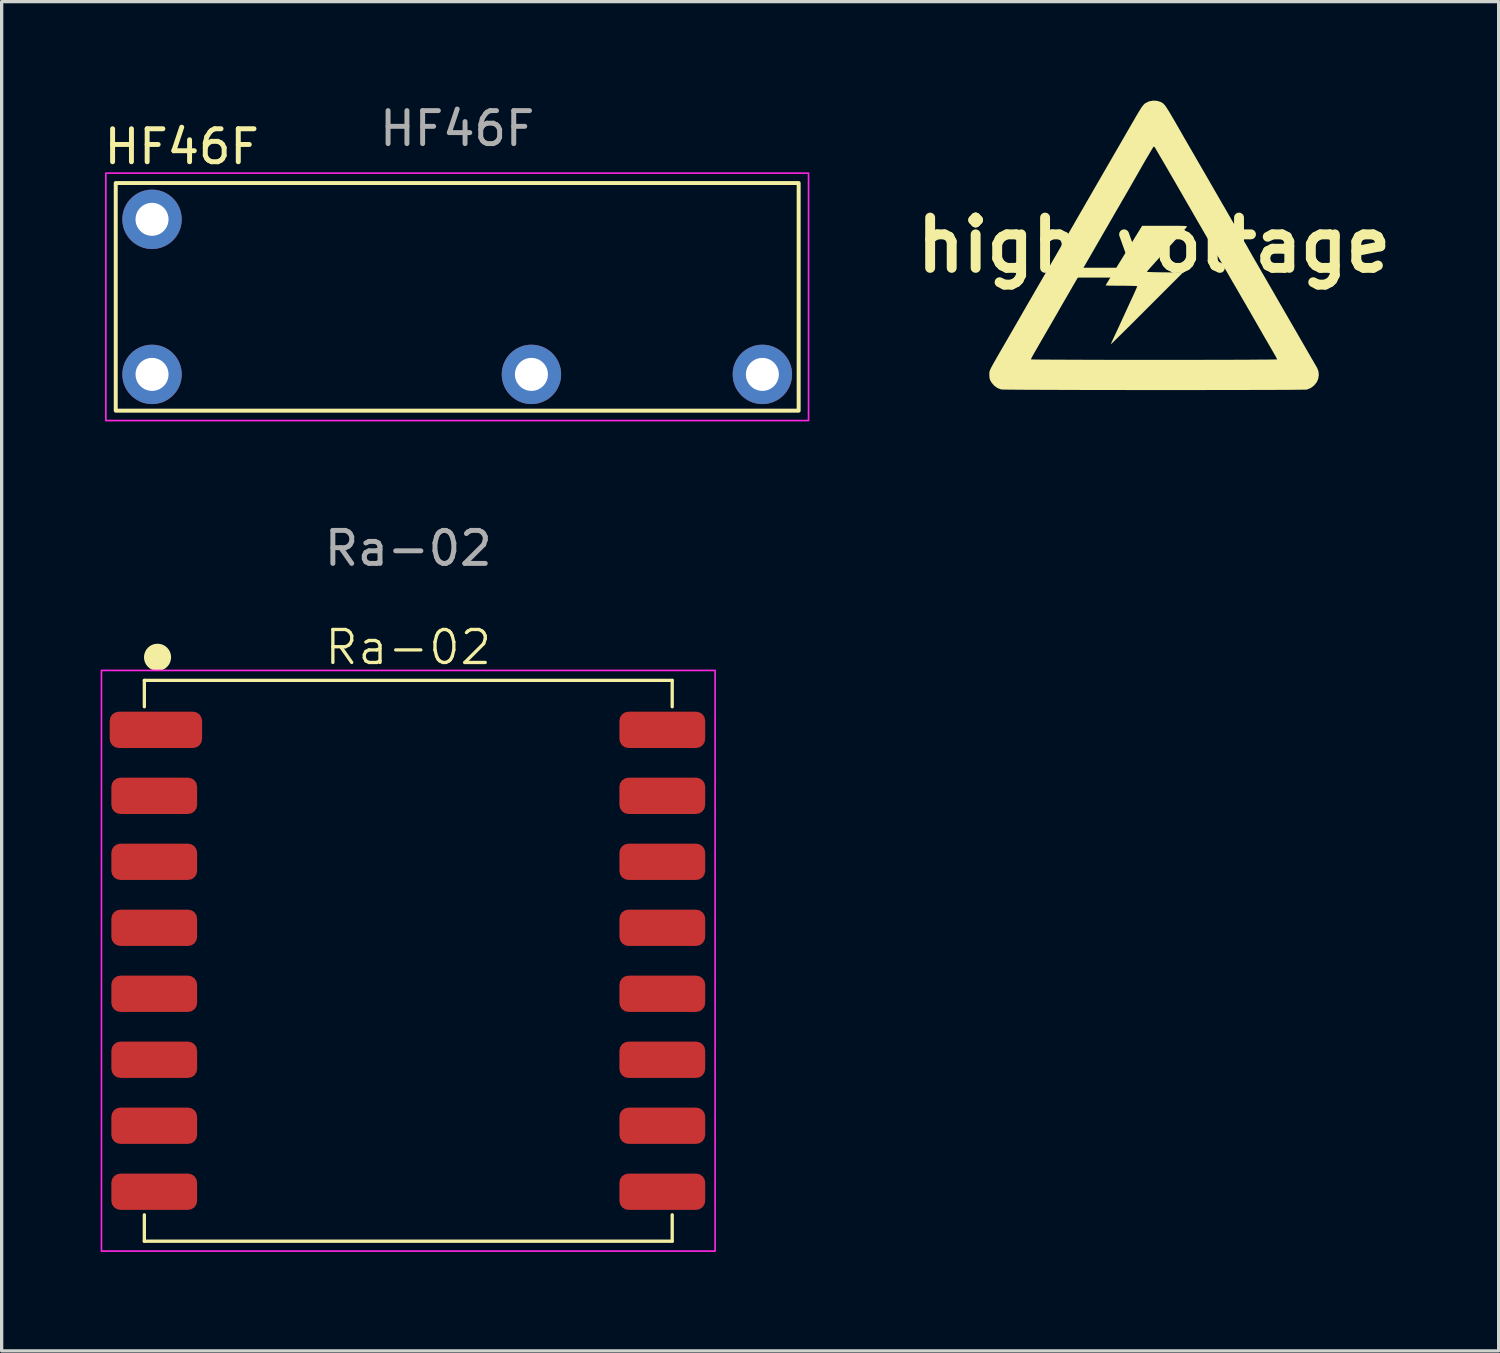
<source format=kicad_pcb>
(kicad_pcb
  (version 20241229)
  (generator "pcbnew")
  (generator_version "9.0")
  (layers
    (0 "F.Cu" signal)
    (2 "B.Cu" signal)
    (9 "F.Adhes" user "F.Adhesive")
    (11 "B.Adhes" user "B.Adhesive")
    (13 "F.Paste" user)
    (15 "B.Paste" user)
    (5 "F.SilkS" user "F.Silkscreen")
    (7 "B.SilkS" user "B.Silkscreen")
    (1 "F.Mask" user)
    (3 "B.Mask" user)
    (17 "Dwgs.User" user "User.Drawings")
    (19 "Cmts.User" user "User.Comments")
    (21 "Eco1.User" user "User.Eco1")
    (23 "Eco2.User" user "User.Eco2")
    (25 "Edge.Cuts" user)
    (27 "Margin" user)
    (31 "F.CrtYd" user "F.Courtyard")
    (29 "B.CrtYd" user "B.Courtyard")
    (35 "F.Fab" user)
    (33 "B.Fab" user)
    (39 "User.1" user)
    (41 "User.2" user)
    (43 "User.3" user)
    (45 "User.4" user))
  (footprint "Ra-02"
    (layer "F.Cu")
    (at 9.325 26.072)
    (property "Reference" "Ra-02" (at 0 -9.5 0) (unlocked yes) (layer "F.SilkS") (effects (font (size 1 1) (thickness 0.1))))
    (attr smd)
    (fp_line (start -8 -8.5) (end -8 -7.7) (stroke (width 0.1) (type default)) (layer "F.SilkS"))
    (fp_line (start -8 -8.5) (end 8 -8.5) (stroke (width 0.1) (type default)) (layer "F.SilkS"))
    (fp_line (start -8 8.5) (end -8 7.7) (stroke (width 0.1) (type default)) (layer "F.SilkS"))
    (fp_line (start -8 8.5) (end 8 8.5) (stroke (width 0.1) (type default)) (layer "F.SilkS"))
    (fp_line (start 8 -8.5) (end 8 -7.7) (stroke (width 0.1) (type default)) (layer "F.SilkS"))
    (fp_line (start 8 8.5) (end 8 7.7) (stroke (width 0.1) (type default)) (layer "F.SilkS"))
    (fp_circle (center -7.6 -9.2) (end -7.239 -9.2) (stroke (width 0.1) (type solid)) (fill yes) (layer "F.SilkS"))
    (fp_rect (start -9.3 -8.8) (end 9.3 8.8) (stroke (width 0.05) (type default)) (fill no) (layer "F.CrtYd"))
    (fp_text user "${REFERENCE}" (at 0 -12.5 0) (unlocked yes) (layer "F.Fab") (effects (font (size 1 1) (thickness 0.15))))
    (pad "1" smd roundrect (at -7.65 -7) (size 2.8 1.1) (layers "F.Cu" "F.Mask" "F.Paste") (roundrect_rratio 0.25))
    (pad "2" smd roundrect (at -7.7 -5) (size 2.6 1.1) (layers "F.Cu" "F.Mask" "F.Paste") (roundrect_rratio 0.25))
    (pad "3" smd roundrect (at -7.7 -3) (size 2.6 1.1) (layers "F.Cu" "F.Mask" "F.Paste") (roundrect_rratio 0.25))
    (pad "4" smd roundrect (at -7.7 -1) (size 2.6 1.1) (layers "F.Cu" "F.Mask" "F.Paste") (roundrect_rratio 0.25))
    (pad "5" smd roundrect (at -7.7 1) (size 2.6 1.1) (layers "F.Cu" "F.Mask" "F.Paste") (roundrect_rratio 0.25))
    (pad "6" smd roundrect (at -7.7 3) (size 2.6 1.1) (layers "F.Cu" "F.Mask" "F.Paste") (roundrect_rratio 0.25))
    (pad "7" smd roundrect (at -7.7 5) (size 2.6 1.1) (layers "F.Cu" "F.Mask" "F.Paste") (roundrect_rratio 0.25))
    (pad "8" smd roundrect (at -7.7 7) (size 2.6 1.1) (layers "F.Cu" "F.Mask" "F.Paste") (roundrect_rratio 0.25))
    (pad "9" smd roundrect (at 7.7 7) (size 2.6 1.1) (layers "F.Cu" "F.Mask" "F.Paste") (roundrect_rratio 0.25))
    (pad "10" smd roundrect (at 7.7 5) (size 2.6 1.1) (layers "F.Cu" "F.Mask" "F.Paste") (roundrect_rratio 0.25))
    (pad "11" smd roundrect (at 7.7 3) (size 2.6 1.1) (layers "F.Cu" "F.Mask" "F.Paste") (roundrect_rratio 0.25))
    (pad "12" smd roundrect (at 7.7 1) (size 2.6 1.1) (layers "F.Cu" "F.Mask" "F.Paste") (roundrect_rratio 0.25))
    (pad "13" smd roundrect (at 7.7 -1) (size 2.6 1.1) (layers "F.Cu" "F.Mask" "F.Paste") (roundrect_rratio 0.25))
    (pad "14" smd roundrect (at 7.7 -3) (size 2.6 1.1) (layers "F.Cu" "F.Mask" "F.Paste") (roundrect_rratio 0.25))
    (pad "15" smd roundrect (at 7.7 -5) (size 2.6 1.1) (layers "F.Cu" "F.Mask" "F.Paste") (roundrect_rratio 0.25))
    (pad "16" smd roundrect (at 7.7 -7) (size 2.6 1.1) (layers "F.Cu" "F.Mask" "F.Paste") (roundrect_rratio 0.25)))
  (footprint "HF46F"
    (layer "F.Cu")
    (at 1.558 8.298)
    (property "Reference" "HF46F" (at 0.9 -6.9 0) (unlocked yes) (layer "F.SilkS") (effects (font (size 1 1) (thickness 0.15))))
    (attr through_hole)
    (fp_rect (start -1.1 -5.8) (end 19.6 1.1) (stroke (width 0.12) (type default)) (fill no) (layer "F.SilkS"))
    (fp_rect (start -1.4 -6.1) (end 19.9 1.4) (stroke (width 0.05) (type default)) (fill no) (layer "F.CrtYd"))
    (fp_text user "${REFERENCE}" (at 9.25 -7.45 0) (unlocked yes) (layer "F.Fab") (effects (font (size 1 1) (thickness 0.15))))
    (pad "1" thru_hole circle (at 18.5 0) (size 1.8 1.8) (drill 1) (layers "*.Cu" "*.Mask"))
    (pad "2" thru_hole circle (at 11.5 0) (size 1.8 1.8) (drill 1) (layers "*.Cu" "*.Mask"))
    (pad "3" thru_hole circle (at 0 0) (size 1.8 1.8) (drill 1) (layers "*.Cu" "*.Mask"))
    (pad "4" thru_hole circle (at 0 -4.7) (size 1.8 1.8) (drill 1) (layers "*.Cu" "*.Mask")))
  (footprint "high_voltage"
    (layer "F.Cu")
    (at 31.929 4.38)
    (property "Reference" "high_voltage" (at 0 0 0) (layer "F.SilkS") (effects (font (size 1.524 1.524) (thickness 0.3))))
    (attr board_only exclude_from_pos_files exclude_from_bom)
    (fp_poly (pts (xy 0.657 -0.586) (xy 0.772 -0.585) (xy 0.859 -0.584) (xy 0.921 -0.581) (xy 0.963 -0.578) (xy 0.987 -0.573) (xy 0.997 -0.567) (xy 0.998 -0.559) (xy 0.993 -0.55) (xy 0.991 -0.548) (xy 0.971 -0.523) (xy 0.927 -0.472) (xy 0.863 -0.399) (xy 0.78 -0.306) (xy 0.683 -0.197) (xy 0.573 -0.074) (xy 0.454 0.058) (xy 0.328 0.198) (xy 0.205 0.333) (xy 0.081 0.47) (xy -0.018 0.58) (xy -0.095 0.666) (xy -0.151 0.729) (xy -0.188 0.773) (xy -0.209 0.799) (xy -0.215 0.809) (xy -0.196 0.812) (xy -0.143 0.815) (xy -0.061 0.818) (xy 0.045 0.821) (xy 0.171 0.823) (xy 0.311 0.825) (xy 0.332 0.825) (xy 0.879 0.83) (xy -0.215 1.924) (xy -0.386 2.095) (xy -0.549 2.258) (xy -0.701 2.41) (xy -0.842 2.549) (xy -0.967 2.673) (xy -1.077 2.781) (xy -1.167 2.87) (xy -1.238 2.939) (xy -1.285 2.984) (xy -1.307 3.004) (xy -1.309 3.005) (xy -1.301 2.983) (xy -1.28 2.934) (xy -1.249 2.865) (xy -1.219 2.8) (xy -1.181 2.719) (xy -1.131 2.612) (xy -1.074 2.49) (xy -1.015 2.362) (xy -0.967 2.257) (xy -0.903 2.118) (xy -0.832 1.963) (xy -0.759 1.805) (xy -0.692 1.66) (xy -0.656 1.583) (xy -0.609 1.48) (xy -0.568 1.388) (xy -0.536 1.315) (xy -0.515 1.265) (xy -0.508 1.246) (xy -0.527 1.242) (xy -0.579 1.238) (xy -0.66 1.235) (xy -0.764 1.233) (xy -0.886 1.231) (xy -0.987 1.231) (xy -1.119 1.231) (xy -1.237 1.229) (xy -1.336 1.228) (xy -1.41 1.225) (xy -1.455 1.223) (xy -1.465 1.221) (xy -1.457 1.203) (xy -1.43 1.157) (xy -1.385 1.083) (xy -1.322 0.978) (xy -1.24 0.843) (xy -1.138 0.677) (xy -1.016 0.48) (xy -0.875 0.25) (xy -0.811 0.147) (xy -0.739 0.03) (xy -0.661 -0.096) (xy -0.586 -0.219) (xy -0.52 -0.326) (xy -0.496 -0.366) (xy -0.361 -0.585) (xy 0.328 -0.586) (xy 0.51 -0.586)) (stroke (width 0) (type solid)) (fill yes) (layer "F.SilkS"))
    (fp_poly (pts (xy 0.091 -4.374) (xy 0.207 -4.338) (xy 0.245 -4.317) (xy 0.275 -4.296) (xy 0.306 -4.266) (xy 0.341 -4.224) (xy 0.382 -4.165) (xy 0.432 -4.087) (xy 0.494 -3.985) (xy 0.57 -3.855) (xy 0.636 -3.742) (xy 0.701 -3.628) (xy 0.766 -3.516) (xy 0.833 -3.4) (xy 0.904 -3.275) (xy 0.984 -3.137) (xy 1.074 -2.981) (xy 1.177 -2.803) (xy 1.295 -2.598) (xy 1.351 -2.501) (xy 1.587 -2.094) (xy 1.828 -1.676) (xy 1.983 -1.407) (xy 2.051 -1.288) (xy 2.13 -1.153) (xy 2.209 -1.016) (xy 2.278 -0.896) (xy 2.279 -0.894) (xy 2.349 -0.774) (xy 2.427 -0.638) (xy 2.505 -0.502) (xy 2.573 -0.383) (xy 2.575 -0.381) (xy 2.627 -0.291) (xy 2.673 -0.212) (xy 2.709 -0.151) (xy 2.731 -0.114) (xy 2.735 -0.107) (xy 2.751 -0.083) (xy 2.781 -0.032) (xy 2.819 0.035) (xy 2.838 0.068) (xy 2.876 0.137) (xy 2.929 0.23) (xy 2.991 0.339) (xy 3.058 0.456) (xy 3.117 0.557) (xy 3.596 1.386) (xy 3.833 1.798) (xy 3.906 1.924) (xy 3.986 2.062) (xy 4.065 2.199) (xy 4.136 2.323) (xy 4.172 2.384) (xy 4.24 2.502) (xy 4.317 2.636) (xy 4.393 2.768) (xy 4.46 2.883) (xy 4.465 2.892) (xy 4.589 3.107) (xy 4.695 3.29) (xy 4.782 3.441) (xy 4.851 3.56) (xy 4.903 3.649) (xy 4.938 3.709) (xy 4.945 3.722) (xy 4.985 3.825) (xy 4.995 3.94) (xy 4.976 4.057) (xy 4.933 4.153) (xy 4.853 4.253) (xy 4.754 4.329) (xy 4.646 4.374) (xy 4.628 4.378) (xy 4.599 4.38) (xy 4.534 4.381) (xy 4.434 4.383) (xy 4.301 4.384) (xy 4.137 4.386) (xy 3.945 4.387) (xy 3.727 4.388) (xy 3.484 4.389) (xy 3.219 4.39) (xy 2.934 4.39) (xy 2.631 4.391) (xy 2.312 4.392) (xy 1.98 4.392) (xy 1.635 4.392) (xy 1.282 4.393) (xy 0.921 4.393) (xy 0.554 4.393) (xy 0.185 4.393) (xy -0.186 4.393) (xy -0.555 4.393) (xy -0.922 4.392) (xy -1.283 4.392) (xy -1.637 4.391) (xy -1.981 4.391) (xy -2.313 4.39) (xy -2.632 4.389) (xy -2.935 4.388) (xy -3.221 4.387) (xy -3.486 4.386) (xy -3.728 4.385) (xy -3.947 4.384) (xy -4.139 4.383) (xy -4.303 4.381) (xy -4.436 4.38) (xy -4.536 4.378) (xy -4.602 4.376) (xy -4.631 4.375) (xy -4.631 4.375) (xy -4.744 4.333) (xy -4.847 4.259) (xy -4.931 4.157) (xy -4.933 4.153) (xy -4.967 4.091) (xy -4.985 4.035) (xy -4.991 3.966) (xy -4.992 3.929) (xy -4.992 3.901) (xy -4.992 3.878) (xy -4.991 3.855) (xy -4.986 3.831) (xy -4.976 3.802) (xy -4.961 3.765) (xy -4.938 3.717) (xy -4.906 3.656) (xy -4.863 3.579) (xy -4.808 3.482) (xy -4.797 3.463) (xy -3.732 3.463) (xy -3.713 3.464) (xy -3.656 3.466) (xy -3.565 3.467) (xy -3.439 3.469) (xy -3.283 3.47) (xy -3.097 3.471) (xy -2.883 3.472) (xy -2.643 3.473) (xy -2.379 3.474) (xy -2.093 3.475) (xy -1.788 3.476) (xy -1.463 3.477) (xy -1.123 3.477) (xy -0.768 3.478) (xy -0.4 3.478) (xy -0.022 3.478) (xy 0 3.478) (xy 0.379 3.478) (xy 0.747 3.478) (xy 1.103 3.477) (xy 1.444 3.477) (xy 1.769 3.476) (xy 2.076 3.475) (xy 2.363 3.475) (xy 2.628 3.474) (xy 2.869 3.473) (xy 3.085 3.471) (xy 3.273 3.47) (xy 3.431 3.469) (xy 3.558 3.468) (xy 3.652 3.466) (xy 3.71 3.465) (xy 3.732 3.463) (xy 3.732 3.463) (xy 3.722 3.441) (xy 3.698 3.393) (xy 3.662 3.329) (xy 3.641 3.292) (xy 3.6 3.221) (xy 3.545 3.126) (xy 3.482 3.017) (xy 3.416 2.903) (xy 3.375 2.833) (xy 3.308 2.717) (xy 3.238 2.595) (xy 3.171 2.479) (xy 3.114 2.379) (xy 3.089 2.335) (xy 3.053 2.273) (xy 3.015 2.207) (xy 2.974 2.135) (xy 2.927 2.053) (xy 2.871 1.957) (xy 2.806 1.844) (xy 2.728 1.709) (xy 2.635 1.55) (xy 2.527 1.362) (xy 2.462 1.25) (xy 2.396 1.137) (xy 2.335 1.032) (xy 2.277 0.931) (xy 2.217 0.827) (xy 2.153 0.717) (xy 2.083 0.595) (xy 2.003 0.456) (xy 1.91 0.295) (xy 1.802 0.107) (xy 1.768 0.049) (xy 1.696 -0.077) (xy 1.617 -0.215) (xy 1.537 -0.352) (xy 1.466 -0.475) (xy 1.436 -0.528) (xy 1.367 -0.646) (xy 1.29 -0.779) (xy 1.214 -0.911) (xy 1.148 -1.027) (xy 1.143 -1.036) (xy 1.061 -1.177) (xy 0.969 -1.336) (xy 0.866 -1.515) (xy 0.748 -1.719) (xy 0.614 -1.952) (xy 0.556 -2.052) (xy 0.493 -2.16) (xy 0.425 -2.278) (xy 0.353 -2.401) (xy 0.282 -2.524) (xy 0.213 -2.641) (xy 0.151 -2.748) (xy 0.097 -2.84) (xy 0.055 -2.911) (xy 0.029 -2.957) (xy 0.021 -2.97) (xy -0.003 -2.987) (xy -0.016 -2.98) (xy -0.031 -2.958) (xy -0.062 -2.906) (xy -0.108 -2.83) (xy -0.165 -2.733) (xy -0.231 -2.621) (xy -0.303 -2.498) (xy -0.378 -2.367) (xy -0.454 -2.235) (xy -0.528 -2.105) (xy -0.587 -2.003) (xy -0.647 -1.897) (xy -0.716 -1.776) (xy -0.782 -1.661) (xy -0.81 -1.612) (xy -0.943 -1.384) (xy -1.058 -1.184) (xy -1.161 -1.008) (xy -1.252 -0.849) (xy -1.337 -0.703) (xy -1.353 -0.674) (xy -1.416 -0.565) (xy -1.491 -0.435) (xy -1.57 -0.299) (xy -1.645 -0.168) (xy -1.675 -0.117) (xy -1.748 0.01) (xy -1.83 0.152) (xy -1.913 0.296) (xy -1.988 0.426) (xy -2.013 0.469) (xy -2.081 0.587) (xy -2.155 0.715) (xy -2.227 0.84) (xy -2.29 0.949) (xy -2.306 0.977) (xy -2.451 1.226) (xy -2.58 1.45) (xy -2.7 1.657) (xy -2.814 1.854) (xy -2.921 2.042) (xy -2.992 2.165) (xy -3.067 2.295) (xy -3.14 2.421) (xy -3.204 2.532) (xy -3.243 2.599) (xy -3.303 2.702) (xy -3.367 2.813) (xy -3.427 2.916) (xy -3.469 2.989) (xy -3.523 3.084) (xy -3.583 3.188) (xy -3.636 3.281) (xy -3.648 3.302) (xy -3.686 3.369) (xy -3.715 3.424) (xy -3.73 3.458) (xy -3.732 3.463) (xy -4.797 3.463) (xy -4.74 3.362) (xy -4.656 3.218) (xy -4.556 3.045) (xy -4.445 2.853) (xy -4.229 2.479) (xy -4.005 2.09) (xy -3.862 1.841) (xy -3.807 1.746) (xy -3.737 1.626) (xy -3.66 1.493) (xy -3.581 1.355) (xy -3.505 1.224) (xy -3.497 1.211) (xy -3.339 0.938) (xy -3.195 0.69) (xy -3.069 0.471) (xy -2.959 0.282) (xy -2.882 0.147) (xy -2.838 0.071) (xy -2.781 -0.029) (xy -2.715 -0.143) (xy -2.645 -0.264) (xy -2.589 -0.361) (xy -2.517 -0.486) (xy -2.439 -0.62) (xy -2.364 -0.752) (xy -2.296 -0.869) (xy -2.257 -0.938) (xy -2.19 -1.053) (xy -2.114 -1.185) (xy -2.037 -1.319) (xy -1.969 -1.436) (xy -1.902 -1.553) (xy -1.824 -1.688) (xy -1.745 -1.825) (xy -1.675 -1.947) (xy -1.67 -1.954) (xy -1.581 -2.109) (xy -1.477 -2.289) (xy -1.363 -2.486) (xy -1.244 -2.692) (xy -1.125 -2.897) (xy -1.016 -3.087) (xy -0.962 -3.18) (xy -0.895 -3.296) (xy -0.821 -3.425) (xy -0.746 -3.554) (xy -0.694 -3.644) (xy -0.601 -3.804) (xy -0.526 -3.934) (xy -0.464 -4.037) (xy -0.415 -4.117) (xy -0.376 -4.178) (xy -0.343 -4.222) (xy -0.316 -4.255) (xy -0.291 -4.28) (xy -0.266 -4.3) (xy -0.261 -4.303) (xy -0.155 -4.356) (xy -0.034 -4.38)) (stroke (width 0) (type solid)) (fill yes) (layer "F.SilkS")))
  (gr_rect
    (start -3 -3)
    (end 42.375 37.897)
    (stroke (width 0.1) (type default))
    (fill no)
    (layer "Edge.Cuts")))
</source>
